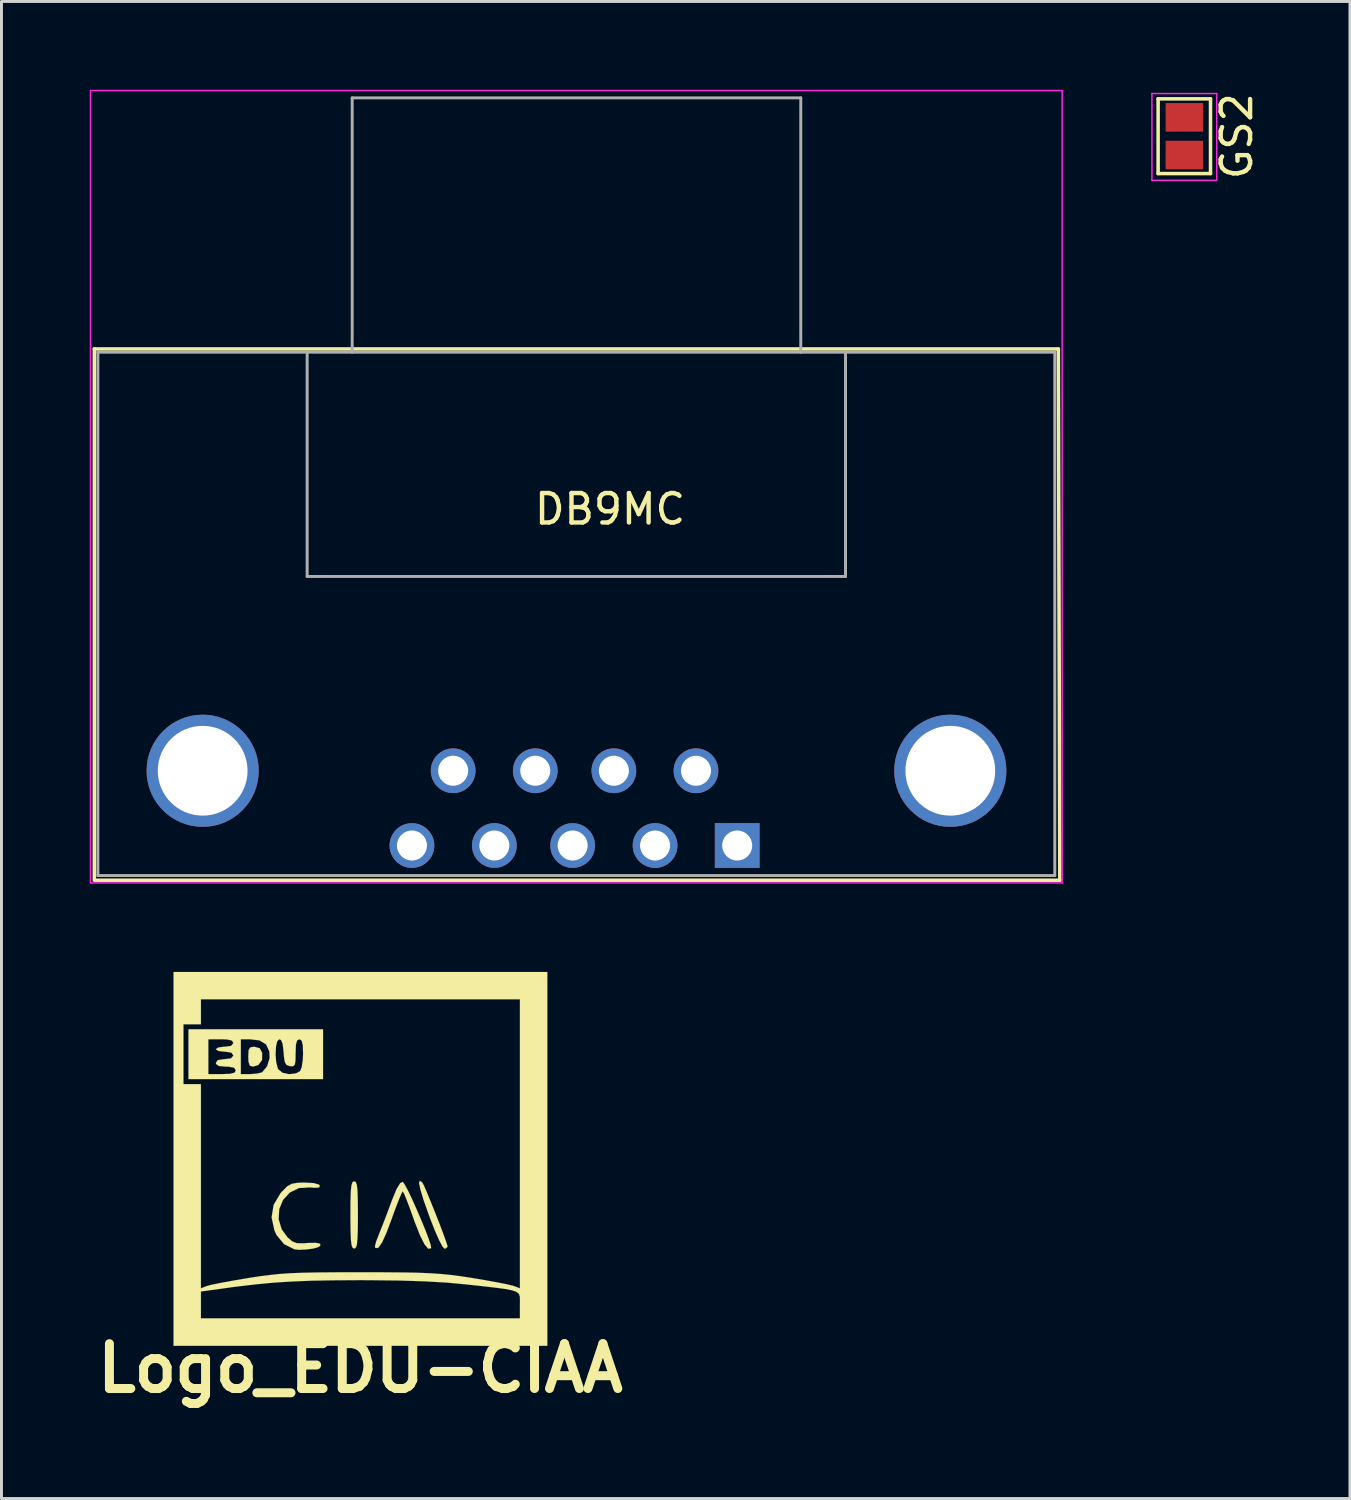
<source format=kicad_pcb>
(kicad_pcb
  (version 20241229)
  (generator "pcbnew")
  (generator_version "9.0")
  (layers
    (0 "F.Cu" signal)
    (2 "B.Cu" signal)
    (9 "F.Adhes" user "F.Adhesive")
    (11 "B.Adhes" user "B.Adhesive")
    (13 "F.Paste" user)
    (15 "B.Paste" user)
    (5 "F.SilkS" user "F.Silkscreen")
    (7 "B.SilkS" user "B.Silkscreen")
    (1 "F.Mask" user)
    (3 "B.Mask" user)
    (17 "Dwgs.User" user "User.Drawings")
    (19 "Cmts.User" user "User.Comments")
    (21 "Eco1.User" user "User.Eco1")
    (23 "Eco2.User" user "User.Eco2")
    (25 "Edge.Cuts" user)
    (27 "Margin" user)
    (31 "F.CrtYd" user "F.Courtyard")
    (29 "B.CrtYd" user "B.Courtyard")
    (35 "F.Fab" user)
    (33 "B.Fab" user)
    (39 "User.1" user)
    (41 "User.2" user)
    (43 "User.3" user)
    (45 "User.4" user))
  (footprint "DB9MC"
    (layer "F.Cu")
    (at 21.995 25.675)
    (property "Reference" "DB9MC" (at -4.32 -11.43 0) (layer "F.SilkS") (effects (font (size 1 1) (thickness 0.15))))
    (attr through_hole)
    (fp_line (start -21.84 -16.87) (end 10.91 -16.87) (stroke (width 0.12) (type solid)) (layer "F.SilkS"))
    (fp_line (start -21.84 1.13) (end -21.84 -16.87) (stroke (width 0.12) (type solid)) (layer "F.SilkS"))
    (fp_line (start 10.91 -16.87) (end 10.96 1.18) (stroke (width 0.12) (type solid)) (layer "F.SilkS"))
    (fp_line (start 10.96 1.18) (end -21.84 1.18) (stroke (width 0.12) (type solid)) (layer "F.SilkS"))
    (fp_line (start -21.97 -25.65) (end -21.97 1.27) (stroke (width 0.05) (type solid)) (layer "F.CrtYd"))
    (fp_line (start -21.97 -25.65) (end 11.04 -25.65) (stroke (width 0.05) (type solid)) (layer "F.CrtYd"))
    (fp_line (start 11.04 1.27) (end -21.97 1.27) (stroke (width 0.05) (type solid)) (layer "F.CrtYd"))
    (fp_line (start 11.04 1.27) (end 11.04 -25.65) (stroke (width 0.05) (type solid)) (layer "F.CrtYd"))
    (fp_line (start -21.72 -16.76) (end -21.72 1.02) (stroke (width 0.1) (type solid)) (layer "F.Fab"))
    (fp_line (start -21.72 1.02) (end 10.79 1.02) (stroke (width 0.1) (type solid)) (layer "F.Fab"))
    (fp_line (start -14.61 -16.76) (end -14.61 -9.14) (stroke (width 0.1) (type solid)) (layer "F.Fab"))
    (fp_line (start -14.61 -9.14) (end 3.68 -9.14) (stroke (width 0.1) (type solid)) (layer "F.Fab"))
    (fp_line (start -13.08 -25.4) (end 2.16 -25.4) (stroke (width 0.1) (type solid)) (layer "F.Fab"))
    (fp_line (start -13.08 -16.76) (end -13.08 -25.4) (stroke (width 0.1) (type solid)) (layer "F.Fab"))
    (fp_line (start 2.16 -25.4) (end 2.16 -16.76) (stroke (width 0.1) (type solid)) (layer "F.Fab"))
    (fp_line (start 3.68 -9.14) (end 3.68 -16.76) (stroke (width 0.1) (type solid)) (layer "F.Fab"))
    (fp_line (start 10.79 -16.76) (end -21.72 -16.76) (stroke (width 0.1) (type solid)) (layer "F.Fab"))
    (fp_line (start 10.79 1.02) (end 10.79 -16.76) (stroke (width 0.1) (type solid)) (layer "F.Fab"))
    (pad "" thru_hole circle (at -18.16 -2.54) (size 3.81 3.81) (drill 3.05) (layers "*.Cu" "*.Mask"))
    (pad "" thru_hole circle (at 7.24 -2.54) (size 3.81 3.81) (drill 3.05) (layers "*.Cu" "*.Mask"))
    (pad "1" thru_hole rect (at 0 0) (size 1.52 1.52) (drill 1.02) (layers "*.Cu" "*.Mask"))
    (pad "2" thru_hole circle (at -2.79 0) (size 1.52 1.52) (drill 1.02) (layers "*.Cu" "*.Mask"))
    (pad "3" thru_hole circle (at -5.59 0) (size 1.52 1.52) (drill 1.02) (layers "*.Cu" "*.Mask"))
    (pad "4" thru_hole circle (at -8.25 0) (size 1.52 1.52) (drill 1.02) (layers "*.Cu" "*.Mask"))
    (pad "5" thru_hole circle (at -11.05 0) (size 1.52 1.52) (drill 1.02) (layers "*.Cu" "*.Mask"))
    (pad "6" thru_hole circle (at -1.4 -2.54) (size 1.52 1.52) (drill 1.02) (layers "*.Cu" "*.Mask"))
    (pad "7" thru_hole circle (at -4.19 -2.54) (size 1.52 1.52) (drill 1.02) (layers "*.Cu" "*.Mask"))
    (pad "8" thru_hole circle (at -6.86 -2.54) (size 1.52 1.52) (drill 1.02) (layers "*.Cu" "*.Mask"))
    (pad "9" thru_hole circle (at -9.65 -2.54) (size 1.52 1.52) (drill 1.02) (layers "*.Cu" "*.Mask")))
  (footprint "Logo_EDU-CIAA"
    (layer "F.Cu")
    (at 9.195 36.321)
    (property "Reference" "Logo_EDU-CIAA" (at 0 7.112 0) (layer "F.SilkS") (effects (font (size 1.524 1.524) (thickness 0.305))))
    (attr through_hole)
    (fp_poly (pts (xy -3.338 -3.599) (xy -3.343 -3.358) (xy -3.47 -3.188) (xy -3.653 -3.134) (xy -3.757 -3.167) (xy -3.802 -3.292) (xy -3.81 -3.472) (xy -3.8 -3.691) (xy -3.744 -3.787) (xy -3.617 -3.81) (xy -3.602 -3.81) (xy -3.421 -3.759) (xy -3.338 -3.599)) (stroke (width 0.003) (type solid)) (fill yes) (layer "F.SilkS"))
    (fp_poly (pts (xy 2.962 2.987) (xy 2.896 3.043) (xy 2.852 3.048) (xy 2.784 2.972) (xy 2.672 2.758) (xy 2.53 2.436) (xy 2.37 2.029) (xy 2.337 1.941) (xy 2.151 1.415) (xy 2.037 1.041) (xy 1.991 0.818) (xy 2.017 0.744) (xy 2.106 0.808) (xy 2.159 0.912) (xy 2.256 1.133) (xy 2.383 1.443) (xy 2.525 1.796) (xy 2.67 2.162) (xy 2.797 2.499) (xy 2.898 2.776) (xy 2.954 2.949) (xy 2.962 2.987)) (stroke (width 0.003) (type solid)) (fill yes) (layer "F.SilkS"))
    (fp_poly (pts (xy -0.086 1.905) (xy -0.089 2.372) (xy -0.099 2.695) (xy -0.119 2.901) (xy -0.15 3.007) (xy -0.198 3.045) (xy -0.213 3.048) (xy -0.264 3.023) (xy -0.3 2.934) (xy -0.323 2.756) (xy -0.335 2.464) (xy -0.34 2.032) (xy -0.34 1.905) (xy -0.338 1.435) (xy -0.328 1.113) (xy -0.307 0.907) (xy -0.274 0.8) (xy -0.226 0.762) (xy -0.213 0.762) (xy -0.16 0.785) (xy -0.124 0.874) (xy -0.102 1.052) (xy -0.091 1.344) (xy -0.086 1.775) (xy -0.086 1.905)) (stroke (width 0.003) (type solid)) (fill yes) (layer "F.SilkS"))
    (fp_poly (pts (xy -1.364 2.949) (xy -1.42 2.992) (xy -1.582 3.043) (xy -1.831 3.078) (xy -2.085 3.089) (xy -2.24 3.073) (xy -2.593 2.898) (xy -2.847 2.591) (xy -2.921 2.436) (xy -3.018 1.986) (xy -2.949 1.56) (xy -2.715 1.166) (xy -2.667 1.113) (xy -2.492 0.937) (xy -2.334 0.846) (xy -2.123 0.81) (xy -1.902 0.805) (xy -1.58 0.823) (xy -1.405 0.876) (xy -1.379 0.909) (xy -1.402 0.97) (xy -1.552 0.983) (xy -1.709 0.968) (xy -2.088 0.991) (xy -2.398 1.143) (xy -2.629 1.392) (xy -2.758 1.704) (xy -2.779 2.05) (xy -2.675 2.395) (xy -2.477 2.664) (xy -2.319 2.802) (xy -2.159 2.863) (xy -1.93 2.868) (xy -1.801 2.857) (xy -1.519 2.85) (xy -1.369 2.883) (xy -1.364 2.949)) (stroke (width 0.003) (type solid)) (fill yes) (layer "F.SilkS"))
    (fp_poly (pts (xy 2.403 3.035) (xy 2.304 3.053) (xy 2.177 2.903) (xy 2.022 2.593) (xy 1.836 2.121) (xy 1.808 2.037) (xy 1.676 1.671) (xy 1.562 1.372) (xy 1.478 1.171) (xy 1.438 1.1) (xy 1.394 1.176) (xy 1.308 1.379) (xy 1.191 1.681) (xy 1.057 2.05) (xy 1.057 2.052) (xy 0.879 2.522) (xy 0.737 2.835) (xy 0.625 3) (xy 0.574 3.03) (xy 0.505 3.025) (xy 0.493 2.959) (xy 0.538 2.797) (xy 0.645 2.522) (xy 0.79 2.156) (xy 0.953 1.727) (xy 1.085 1.372) (xy 1.232 1.016) (xy 1.351 0.823) (xy 1.435 0.78) (xy 1.499 0.861) (xy 1.608 1.062) (xy 1.748 1.354) (xy 1.902 1.699) (xy 2.06 2.065) (xy 2.205 2.416) (xy 2.319 2.715) (xy 2.39 2.934) (xy 2.403 3.035)) (stroke (width 0.003) (type solid)) (fill yes) (layer "F.SilkS"))
    (fp_poly (pts (xy 6.35 6.35) (xy 5.42 6.35) (xy 5.42 4.801) (xy 5.418 4.737) (xy 5.418 4.397) (xy 5.418 -0.511) (xy 5.418 -5.42) (xy 0 -5.42) (xy -5.42 -5.42) (xy -5.42 -4.996) (xy -5.42 -4.572) (xy -5.715 -4.572) (xy -6.012 -4.572) (xy -6.012 -3.556) (xy -6.012 -2.54) (xy -5.715 -2.54) (xy -5.42 -2.54) (xy -5.42 0.927) (xy -5.42 4.397) (xy -5.215 4.318) (xy -5.06 4.277) (xy -4.773 4.219) (xy -4.392 4.148) (xy -3.952 4.072) (xy -3.797 4.046) (xy -3.424 3.988) (xy -3.081 3.945) (xy -2.741 3.909) (xy -2.375 3.884) (xy -1.956 3.868) (xy -1.455 3.858) (xy -0.846 3.853) (xy -0.097 3.851) (xy 0 3.851) (xy 0.765 3.853) (xy 1.389 3.858) (xy 1.902 3.866) (xy 2.329 3.884) (xy 2.7 3.907) (xy 3.04 3.94) (xy 3.381 3.983) (xy 3.749 4.039) (xy 3.795 4.046) (xy 4.244 4.122) (xy 4.651 4.196) (xy 4.973 4.26) (xy 5.177 4.308) (xy 5.212 4.318) (xy 5.418 4.397) (xy 5.418 4.737) (xy 5.415 4.676) (xy 5.382 4.585) (xy 5.298 4.516) (xy 5.146 4.463) (xy 4.905 4.417) (xy 4.552 4.371) (xy 4.067 4.315) (xy 3.597 4.265) (xy 2.946 4.204) (xy 2.202 4.161) (xy 1.346 4.133) (xy 0.351 4.122) (xy 0 4.12) (xy -0.892 4.125) (xy -1.656 4.138) (xy -2.334 4.166) (xy -2.967 4.206) (xy -3.597 4.267) (xy -4.265 4.346) (xy -4.763 4.415) (xy -5.42 4.506) (xy -5.42 4.961) (xy -5.42 5.418) (xy 0 5.418) (xy 5.418 5.418) (xy 5.418 4.961) (xy 5.42 4.801) (xy 5.42 6.35) (xy 0 6.35) (xy -6.35 6.35) (xy -6.35 0) (xy -6.35 -6.35) (xy 0 -6.35) (xy 6.35 -6.35) (xy 6.35 0) (xy 6.35 6.35)) (stroke (width 0.003) (type solid)) (fill yes) (layer "F.SilkS"))
    (fp_poly (pts (xy -1.27 -2.71) (xy -1.948 -2.71) (xy -1.948 -3.574) (xy -1.958 -3.863) (xy -1.996 -4.016) (xy -2.068 -4.064) (xy -2.075 -4.064) (xy -2.151 -4.023) (xy -2.192 -3.879) (xy -2.202 -3.597) (xy -2.202 -3.594) (xy -2.207 -3.325) (xy -2.235 -3.188) (xy -2.299 -3.145) (xy -2.393 -3.15) (xy -2.507 -3.188) (xy -2.57 -3.289) (xy -2.601 -3.498) (xy -2.609 -3.619) (xy -2.642 -3.904) (xy -2.7 -4.041) (xy -2.758 -4.064) (xy -2.83 -3.99) (xy -2.87 -3.802) (xy -2.883 -3.551) (xy -2.863 -3.294) (xy -2.809 -3.081) (xy -2.791 -3.043) (xy -2.647 -2.926) (xy -2.418 -2.878) (xy -2.187 -2.906) (xy -2.05 -2.982) (xy -1.994 -3.117) (xy -1.958 -3.36) (xy -1.948 -3.574) (xy -1.948 -2.71) (xy -3.086 -2.71) (xy -3.086 -3.421) (xy -3.094 -3.647) (xy -3.205 -3.889) (xy -3.429 -4.026) (xy -3.764 -4.064) (xy -4.064 -4.064) (xy -4.064 -3.472) (xy -4.064 -2.88) (xy -3.747 -2.88) (xy -3.515 -2.898) (xy -3.353 -2.936) (xy -3.338 -2.944) (xy -3.172 -3.142) (xy -3.086 -3.421) (xy -3.086 -2.71) (xy -3.556 -2.71) (xy -4.234 -2.71) (xy -4.234 -3.007) (xy -4.29 -3.096) (xy -4.475 -3.132) (xy -4.572 -3.134) (xy -4.808 -3.155) (xy -4.905 -3.223) (xy -4.912 -3.261) (xy -4.849 -3.355) (xy -4.643 -3.388) (xy -4.615 -3.388) (xy -4.397 -3.416) (xy -4.321 -3.503) (xy -4.318 -3.515) (xy -4.384 -3.609) (xy -4.59 -3.642) (xy -4.615 -3.642) (xy -4.811 -3.663) (xy -4.91 -3.716) (xy -4.912 -3.726) (xy -4.839 -3.782) (xy -4.653 -3.81) (xy -4.615 -3.81) (xy -4.397 -3.838) (xy -4.321 -3.927) (xy -4.318 -3.937) (xy -4.364 -4.018) (xy -4.521 -4.056) (xy -4.742 -4.064) (xy -5.166 -4.064) (xy -5.166 -3.472) (xy -5.166 -2.88) (xy -4.699 -2.88) (xy -4.42 -2.891) (xy -4.275 -2.931) (xy -4.234 -3.007) (xy -4.234 -2.71) (xy -5.842 -2.71) (xy -5.842 -3.556) (xy -5.842 -4.404) (xy -3.556 -4.404) (xy -1.27 -4.404) (xy -1.27 -3.556) (xy -1.27 -2.71)) (stroke (width 0.003) (type solid)) (fill yes) (layer "F.SilkS")))
  (footprint "GS2"
    (layer "F.Cu")
    (at 37.185 1.577)
    (property "Reference" "GS2" (at 1.78 0 90) (layer "F.SilkS") (effects (font (size 1 1) (thickness 0.15))))
    (attr smd)
    (fp_line (start -0.89 -1.27) (end -0.89 1.27) (stroke (width 0.12) (type solid)) (layer "F.SilkS"))
    (fp_line (start -0.89 -1.27) (end 0.89 -1.27) (stroke (width 0.12) (type solid)) (layer "F.SilkS"))
    (fp_line (start 0.89 1.27) (end -0.89 1.27) (stroke (width 0.12) (type solid)) (layer "F.SilkS"))
    (fp_line (start 0.89 1.27) (end 0.89 -1.27) (stroke (width 0.12) (type solid)) (layer "F.SilkS"))
    (fp_line (start -1.1 -1.45) (end 1.1 -1.45) (stroke (width 0.05) (type solid)) (layer "F.CrtYd"))
    (fp_line (start -1.1 1.5) (end -1.1 -1.45) (stroke (width 0.05) (type solid)) (layer "F.CrtYd"))
    (fp_line (start 1.1 -1.45) (end 1.1 1.5) (stroke (width 0.05) (type solid)) (layer "F.CrtYd"))
    (fp_line (start 1.1 1.5) (end -1.1 1.5) (stroke (width 0.05) (type solid)) (layer "F.CrtYd"))
    (pad "1" smd rect (at 0 -0.64) (size 1.27 0.97) (layers "F.Cu" "F.Mask" "F.Paste"))
    (pad "2" smd rect (at 0 0.64) (size 1.27 0.97) (layers "F.Cu" "F.Mask" "F.Paste")))
  (gr_rect
    (start -3 -3)
    (end 42.813 47.86)
    (stroke (width 0.1) (type default))
    (fill no)
    (layer "Edge.Cuts")))
</source>
